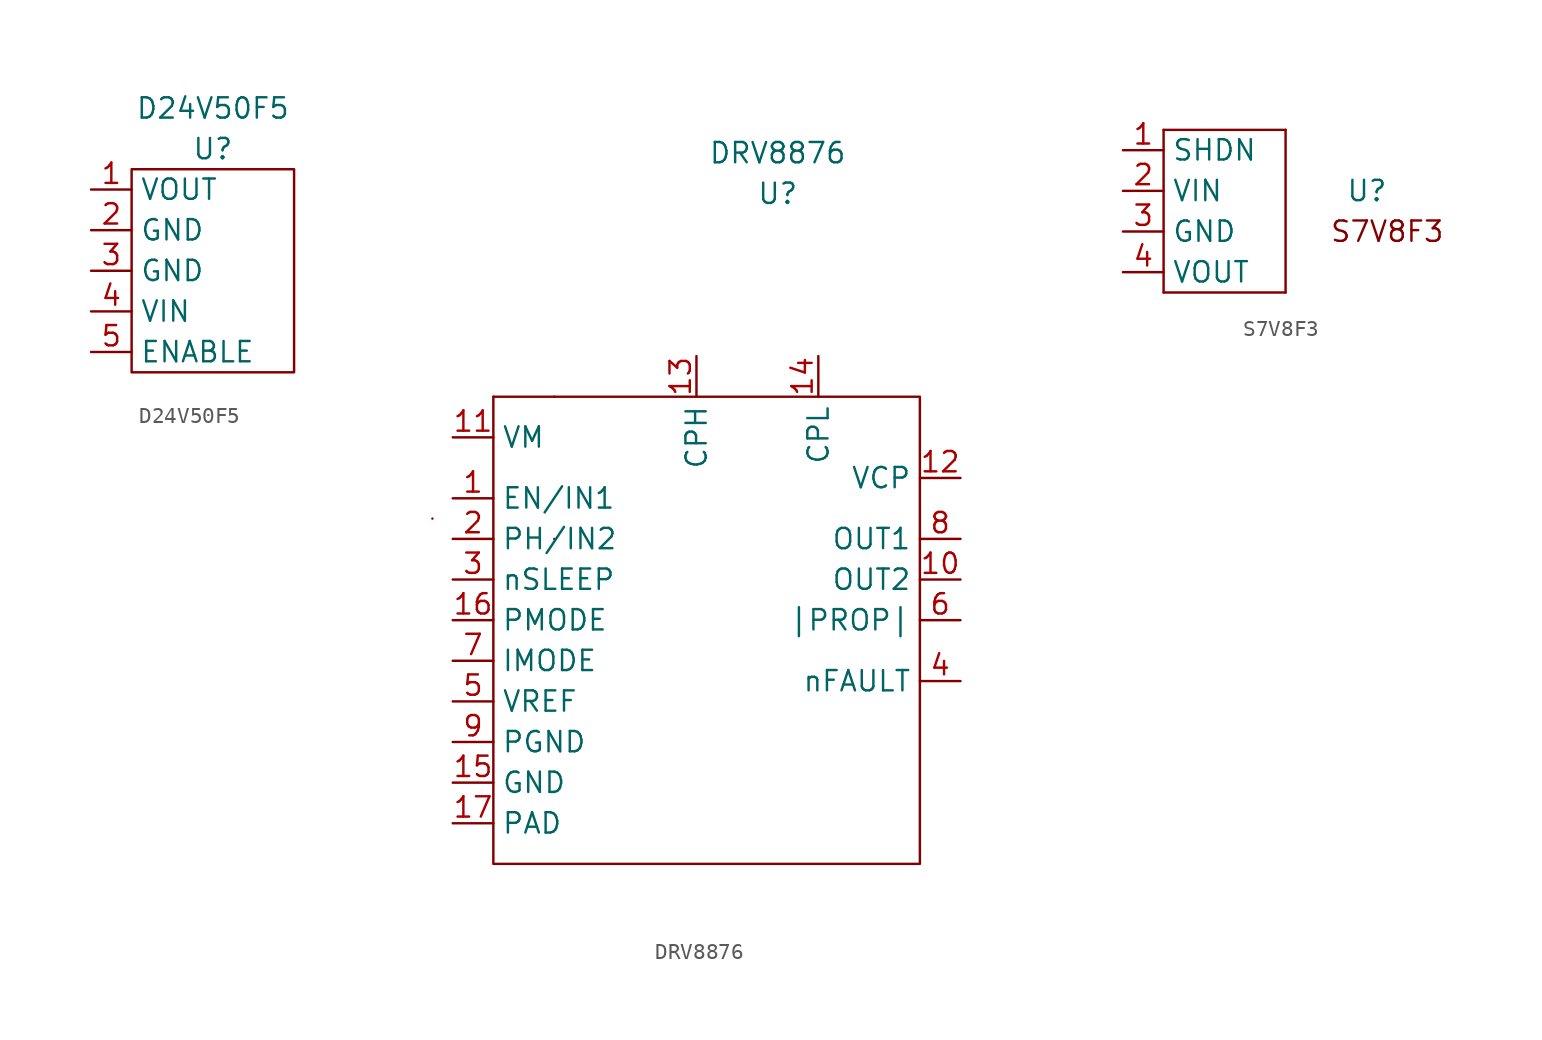
<source format=kicad_sym>
(kicad_symbol_lib
  (version 20220914)
  (generator kicad_symbol_editor)
  (symbol "D24V50F5"
    (property "Reference" "U"
      (at 0 2.54 0)
      (effects (font (size 1.27 1.27))))
    (property "Value" "D24V50F5"
      (at 0 5.08 0)
      (effects (font (size 1.27 1.27))))
    (symbol "D24V50F5_0_1"
      (rectangle (start -5.08 1.27) (end 5.08 -11.43) (stroke (width 0) (type default)) (fill (type none))))
    (symbol "D24V50F5_1_1"
      (pin output line (at -7.62 0 0) (length 2.54) (name "VOUT" (effects (font (size 1.27 1.27)))) (number "1" (effects (font (size 1.27 1.27)))))
      (pin output line (at -7.62 -2.54 0) (length 2.54) (name "GND" (effects (font (size 1.27 1.27)))) (number "2" (effects (font (size 1.27 1.27)))))
      (pin output line (at -7.62 -5.08 0) (length 2.54) (name "GND" (effects (font (size 1.27 1.27)))) (number "3" (effects (font (size 1.27 1.27)))))
      (pin input line (at -7.62 -7.62 0) (length 2.54) (name "VIN" (effects (font (size 1.27 1.27)))) (number "4" (effects (font (size 1.27 1.27)))))
      (pin input line (at -7.62 -10.16 0) (length 2.54) (name "ENABLE" (effects (font (size 1.27 1.27)))) (number "5" (effects (font (size 1.27 1.27)))))))
  (symbol "DRV8876"
    (property "Reference" "U"
      (at 2.54 3.81 0)
      (effects (font (size 1.27 1.27))))
    (property "Value" "DRV8876"
      (at 2.54 6.35 0)
      (effects (font (size 1.27 1.27))))
    (symbol "DRV8876_0_1"
      (rectangle (start -19.05 -16.51) (end -19.05 -16.51) (stroke (width 0) (type default)) (fill (type none)))
      (rectangle (start -15.24 -8.89) (end -15.24 -8.89) (stroke (width 0) (type default)) (fill (type none)))
      (rectangle (start -15.24 -8.89) (end 11.43 -38.1) (stroke (width 0) (type default)) (fill (type none)))
      (rectangle (start -11.43 -17.78) (end -11.43 -17.78) (stroke (width 0) (type default)) (fill (type none)))
      (rectangle (start -11.43 -8.89) (end -11.43 -8.89) (stroke (width 0) (type default)) (fill (type none))))
    (symbol "DRV8876_1_1"
      (pin input line (at -17.78 -15.24 0) (length 2.54) (name "EN/IN1" (effects (font (size 1.27 1.27)))) (number "1" (effects (font (size 1.27 1.27)))))
      (pin output line (at 13.97 -20.32 180) (length 2.54) (name "OUT2" (effects (font (size 1.27 1.27)))) (number "10" (effects (font (size 1.27 1.27)))))
      (pin unspecified line (at -17.78 -11.43 0) (length 2.54) (name "VM" (effects (font (size 1.27 1.27)))) (number "11" (effects (font (size 1.27 1.27)))))
      (pin unspecified line (at 13.97 -13.97 180) (length 2.54) (name "VCP" (effects (font (size 1.27 1.27)))) (number "12" (effects (font (size 1.27 1.27)))))
      (pin unspecified line (at -2.54 -6.35 270) (length 2.54) (name "CPH" (effects (font (size 1.27 1.27)))) (number "13" (effects (font (size 1.27 1.27)))))
      (pin unspecified line (at 5.08 -6.35 270) (length 2.54) (name "CPL" (effects (font (size 1.27 1.27)))) (number "14" (effects (font (size 1.27 1.27)))))
      (pin power_in line (at -17.78 -33.02 0) (length 2.54) (name "GND" (effects (font (size 1.27 1.27)))) (number "15" (effects (font (size 1.27 1.27)))))
      (pin input line (at -17.78 -22.86 0) (length 2.54) (name "PMODE" (effects (font (size 1.27 1.27)))) (number "16" (effects (font (size 1.27 1.27)))))
      (pin power_in line (at -17.78 -35.56 0) (length 2.54) (name "PAD" (effects (font (size 1.27 1.27)))) (number "17" (effects (font (size 1.27 1.27)))))
      (pin input line (at -17.78 -17.78 0) (length 2.54) (name "PH/IN2" (effects (font (size 1.27 1.27)))) (number "2" (effects (font (size 1.27 1.27)))))
      (pin input line (at -17.78 -20.32 0) (length 2.54) (name "nSLEEP" (effects (font (size 1.27 1.27)))) (number "3" (effects (font (size 1.27 1.27)))))
      (pin output line (at 13.97 -26.67 180) (length 2.54) (name "nFAULT" (effects (font (size 1.27 1.27)))) (number "4" (effects (font (size 1.27 1.27)))))
      (pin input line (at -17.78 -27.94 0) (length 2.54) (name "VREF" (effects (font (size 1.27 1.27)))) (number "5" (effects (font (size 1.27 1.27)))))
      (pin output line (at 13.97 -22.86 180) (length 2.54) (name "|PROP|" (effects (font (size 1.27 1.27)))) (number "6" (effects (font (size 1.27 1.27)))))
      (pin input line (at -17.78 -25.4 0) (length 2.54) (name "IMODE" (effects (font (size 1.27 1.27)))) (number "7" (effects (font (size 1.27 1.27)))))
      (pin output line (at 13.97 -17.78 180) (length 2.54) (name "OUT1" (effects (font (size 1.27 1.27)))) (number "8" (effects (font (size 1.27 1.27)))))
      (pin power_in line (at -17.78 -30.48 0) (length 2.54) (name "PGND" (effects (font (size 1.27 1.27)))) (number "9" (effects (font (size 1.27 1.27)))))))
  (symbol "S7V8F3"
    (property "Reference" "U"
      (at 10.16 -6.35 0)
      (effects (font (size 1.27 1.27))))
    (property "Value" ""
      (at 0 0 0)
      (effects (font (size 1.27 1.27))))
    (symbol "S7V8F3_0_0"
      (text "S7V8F3" (at 11.43 -8.89 0) (effects (font (size 1.27 1.27)))))
    (symbol "S7V8F3_0_1"
      (rectangle (start -2.54 -12.7) (end 5.08 -12.7) (stroke (width 0) (type default)) (fill (type none)))
      (rectangle (start -2.54 -2.54) (end -2.54 -12.7) (stroke (width 0) (type default)) (fill (type none))))
    (symbol "S7V8F3_1_1"
      (rectangle (start -2.54 -2.54) (end 5.08 -2.54) (stroke (width 0) (type default)) (fill (type none)))
      (rectangle (start 5.08 -2.54) (end 5.08 -12.7) (stroke (width 0) (type default)) (fill (type none)))
      (pin input line (at -5.08 -3.81 0) (length 2.54) (name "SHDN" (effects (font (size 1.27 1.27)))) (number "1" (effects (font (size 1.27 1.27)))))
      (pin input line (at -5.08 -6.35 0) (length 2.54) (name "VIN" (effects (font (size 1.27 1.27)))) (number "2" (effects (font (size 1.27 1.27)))))
      (pin input line (at -5.08 -8.89 0) (length 2.54) (name "GND" (effects (font (size 1.27 1.27)))) (number "3" (effects (font (size 1.27 1.27)))))
      (pin output line (at -5.08 -11.43 0) (length 2.54) (name "VOUT" (effects (font (size 1.27 1.27)))) (number "4" (effects (font (size 1.27 1.27))))))))
</source>
